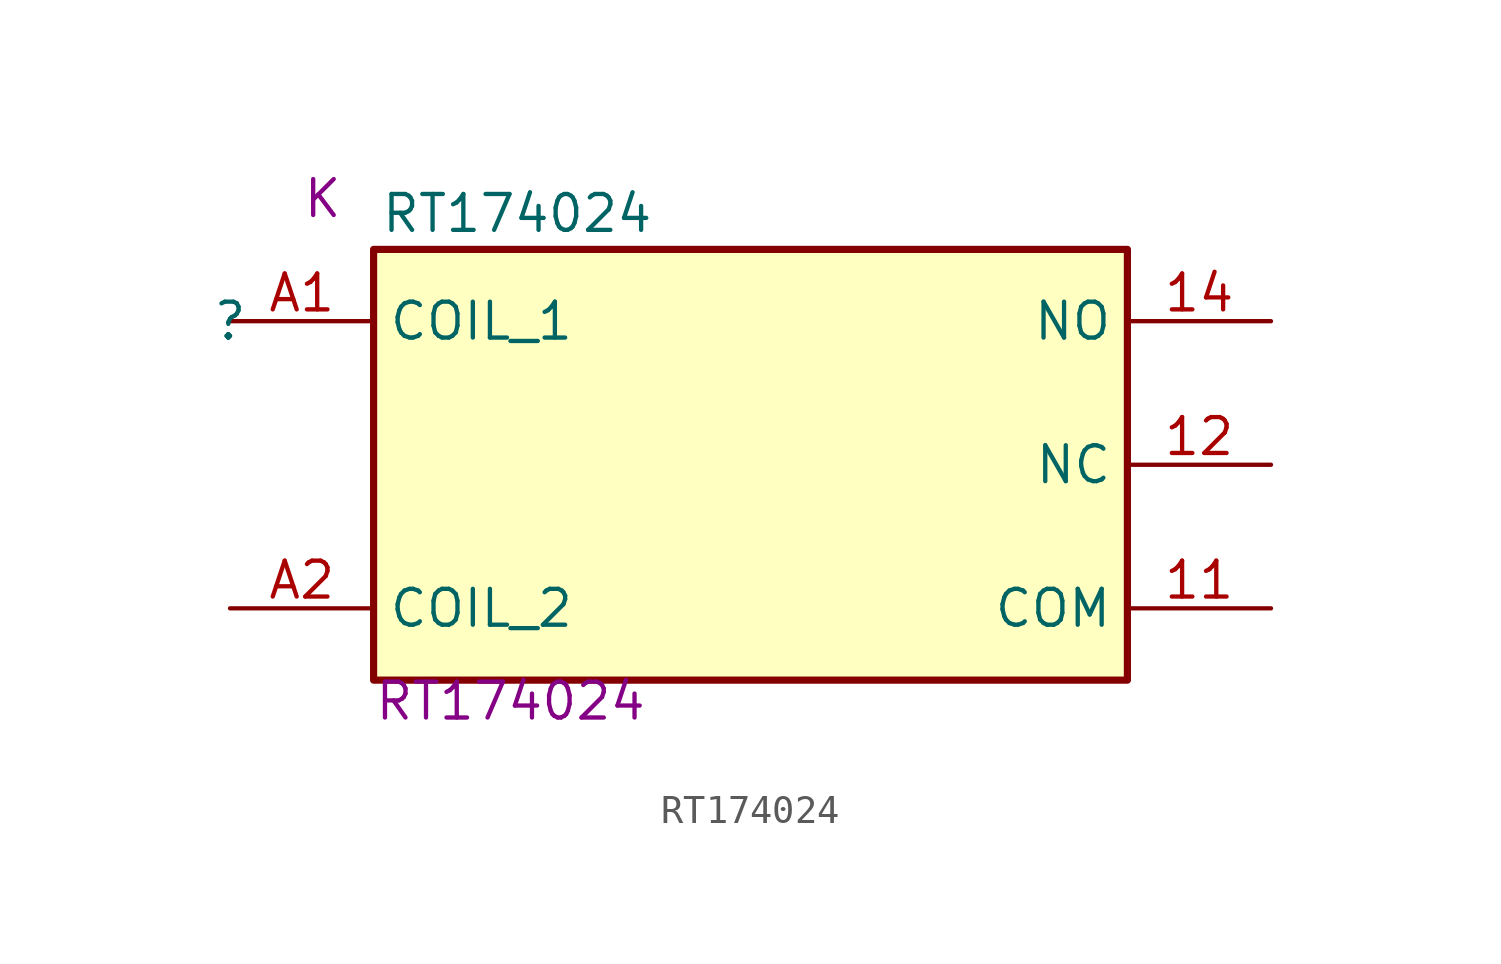
<source format=kicad_sym>
(kicad_symbol_lib
  (version 20211014)
  (generator kicad_symbol_editor)
  (symbol "RT174024"
    (property "Reference" ""
      (at -5.08 -2.54 0)
      (effects (font (size 1.27 1.27))))
    (property "Value" "RT174024"
      (at 5.08 1.27 0)
      (effects (font (size 1.27 1.27))))
    (property "Reference_1" "K"
      (at -2.54 2.54 0)
      (effects (font (size 1.27 1.27)) (justify left top)))
    (property "Value_1" "RT174024"
      (at 0 -15.24 0)
      (effects (font (size 1.27 1.27)) (justify left top)))
    (symbol "RT174024_1_1"
      (rectangle (start 0 0) (end 26.67 -15.24) (stroke (width 0.254) (type default) (color 0 0 0 0)) (fill (type background)))
      (pin passive line (at 31.75 -12.7 180) (length 5.08) (name "COM" (effects (font (size 1.27 1.27)))) (number "11" (effects (font (size 1.27 1.27)))))
      (pin passive line (at 31.75 -7.62 180) (length 5.08) (name "NC" (effects (font (size 1.27 1.27)))) (number "12" (effects (font (size 1.27 1.27)))))
      (pin passive line (at 31.75 -2.54 180) (length 5.08) (name "NO" (effects (font (size 1.27 1.27)))) (number "14" (effects (font (size 1.27 1.27)))))
      (pin passive line (at -5.08 -2.54 0) (length 5.08) (name "COIL_1" (effects (font (size 1.27 1.27)))) (number "A1" (effects (font (size 1.27 1.27)))))
      (pin passive line (at -5.08 -12.7 0) (length 5.08) (name "COIL_2" (effects (font (size 1.27 1.27)))) (number "A2" (effects (font (size 1.27 1.27))))))))
</source>
